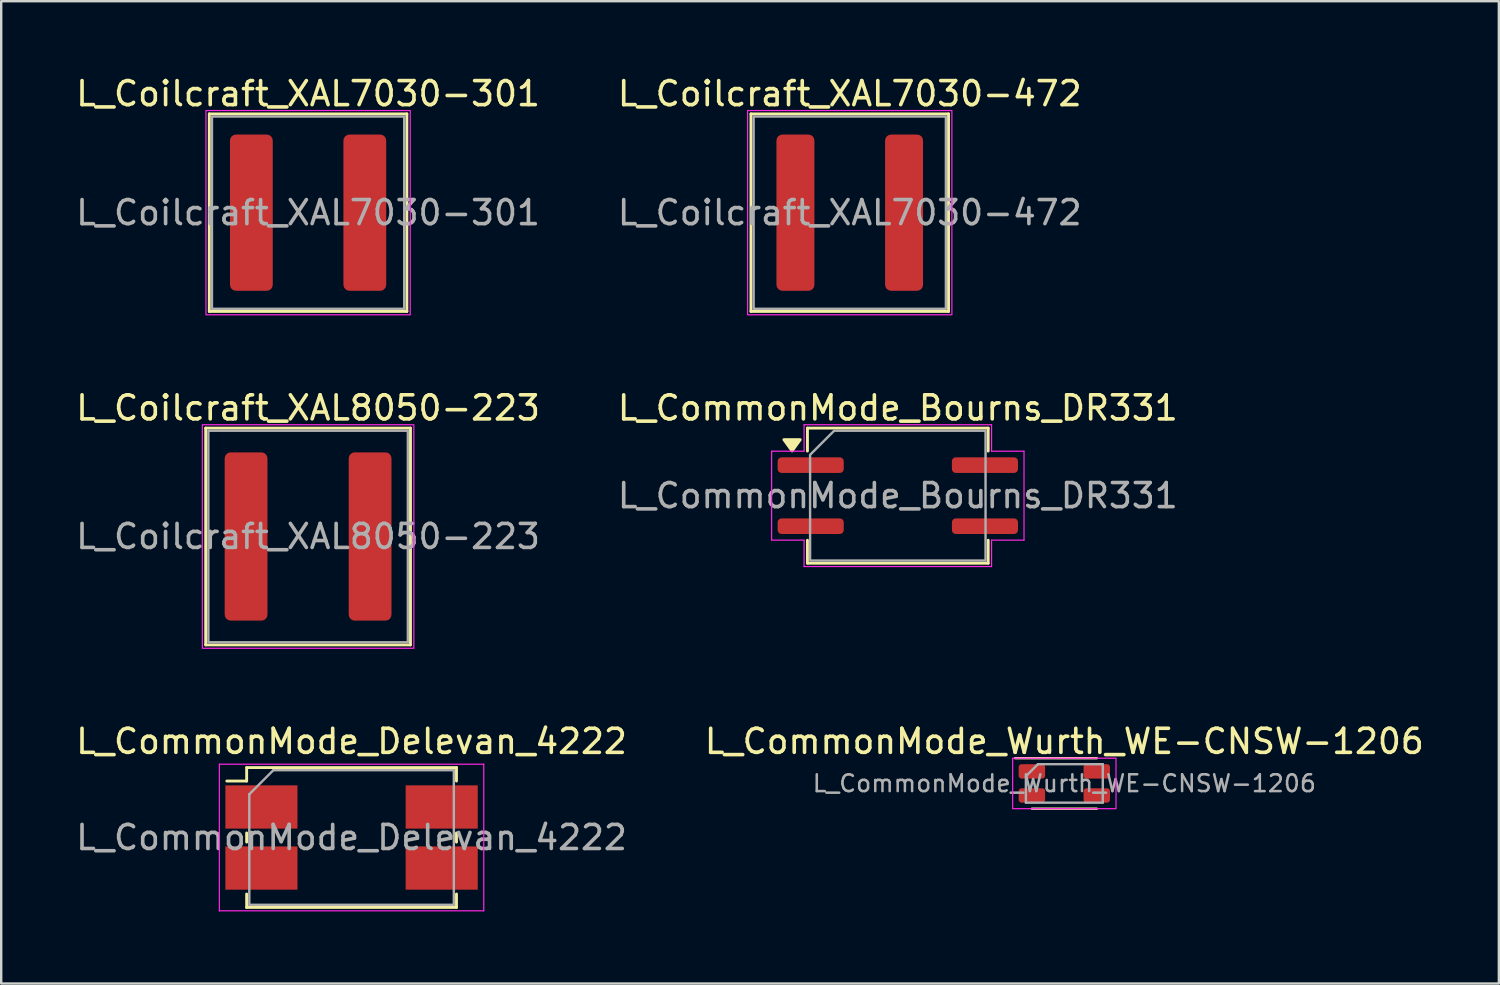
<source format=kicad_pcb>
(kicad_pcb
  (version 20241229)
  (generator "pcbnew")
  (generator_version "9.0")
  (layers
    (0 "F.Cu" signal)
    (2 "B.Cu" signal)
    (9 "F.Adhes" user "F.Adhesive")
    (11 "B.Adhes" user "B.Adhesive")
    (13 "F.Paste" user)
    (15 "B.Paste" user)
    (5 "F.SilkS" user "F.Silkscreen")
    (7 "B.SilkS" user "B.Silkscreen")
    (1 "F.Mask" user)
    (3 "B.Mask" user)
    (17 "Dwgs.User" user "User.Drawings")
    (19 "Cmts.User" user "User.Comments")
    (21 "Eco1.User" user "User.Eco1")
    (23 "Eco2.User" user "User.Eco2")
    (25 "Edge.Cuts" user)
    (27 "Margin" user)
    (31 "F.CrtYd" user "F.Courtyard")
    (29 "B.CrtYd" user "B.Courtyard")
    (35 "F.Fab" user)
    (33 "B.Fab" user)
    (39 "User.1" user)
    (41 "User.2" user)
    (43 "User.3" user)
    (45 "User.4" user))
  (footprint "L_CommonMode_Bourns_DR331"
    (layer "F.Cu")
    (at 34.304 17.572)
    (property "Reference" "L_CommonMode_Bourns_DR331" (at 0 -3.65 0) (layer "F.SilkS") (effects (font (size 1 1) (thickness 0.15))))
    (attr smd)
    (fp_line (start -3.76 -2.81) (end 3.76 -2.81) (stroke (width 0.12) (type solid)) (layer "F.SilkS"))
    (fp_line (start -3.76 -1.855) (end -3.76 -2.81) (stroke (width 0.12) (type solid)) (layer "F.SilkS"))
    (fp_line (start -3.76 2.81) (end -3.76 1.855) (stroke (width 0.12) (type solid)) (layer "F.SilkS"))
    (fp_line (start 3.76 -2.81) (end 3.76 -1.855) (stroke (width 0.12) (type solid)) (layer "F.SilkS"))
    (fp_line (start 3.76 1.855) (end 3.76 2.81) (stroke (width 0.12) (type solid)) (layer "F.SilkS"))
    (fp_line (start 3.76 2.81) (end -3.76 2.81) (stroke (width 0.12) (type solid)) (layer "F.SilkS"))
    (fp_poly (pts (xy -4.4 -1.86) (xy -4.74 -2.33) (xy -4.06 -2.33)) (stroke (width 0.12) (type solid)) (fill yes) (layer "F.SilkS"))
    (fp_line (start -5.25 -1.85) (end -3.9 -1.85) (stroke (width 0.05) (type solid)) (layer "F.CrtYd"))
    (fp_line (start -5.25 1.85) (end -5.25 -1.85) (stroke (width 0.05) (type solid)) (layer "F.CrtYd"))
    (fp_line (start -3.9 -2.95) (end 3.9 -2.95) (stroke (width 0.05) (type solid)) (layer "F.CrtYd"))
    (fp_line (start -3.9 -1.85) (end -3.9 -2.95) (stroke (width 0.05) (type solid)) (layer "F.CrtYd"))
    (fp_line (start -3.9 1.85) (end -5.25 1.85) (stroke (width 0.05) (type solid)) (layer "F.CrtYd"))
    (fp_line (start -3.9 2.95) (end -3.9 1.85) (stroke (width 0.05) (type solid)) (layer "F.CrtYd"))
    (fp_line (start 3.9 -2.95) (end 3.9 -1.85) (stroke (width 0.05) (type solid)) (layer "F.CrtYd"))
    (fp_line (start 3.9 -1.85) (end 5.25 -1.85) (stroke (width 0.05) (type solid)) (layer "F.CrtYd"))
    (fp_line (start 3.9 1.85) (end 3.9 2.95) (stroke (width 0.05) (type solid)) (layer "F.CrtYd"))
    (fp_line (start 3.9 2.95) (end -3.9 2.95) (stroke (width 0.05) (type solid)) (layer "F.CrtYd"))
    (fp_line (start 5.25 -1.85) (end 5.25 1.85) (stroke (width 0.05) (type solid)) (layer "F.CrtYd"))
    (fp_line (start 5.25 1.85) (end 3.9 1.85) (stroke (width 0.05) (type solid)) (layer "F.CrtYd"))
    (fp_poly (pts (xy -3.65 -1.7) (xy -3.65 2.7) (xy 3.65 2.7) (xy 3.65 -2.7) (xy -2.65 -2.7)) (stroke (width 0.1) (type solid)) (fill no) (layer "F.Fab"))
    (fp_text user "${REFERENCE}" (at 0 0 0) (layer "F.Fab") (effects (font (size 1 1) (thickness 0.15))))
    (pad "1" smd roundrect (at -3.625 -1.27) (size 2.75 0.65) (layers "F.Cu" "F.Mask" "F.Paste") (roundrect_rratio 0.25))
    (pad "2" smd roundrect (at -3.625 1.27) (size 2.75 0.65) (layers "F.Cu" "F.Mask" "F.Paste") (roundrect_rratio 0.25))
    (pad "3" smd roundrect (at 3.625 1.27) (size 2.75 0.65) (layers "F.Cu" "F.Mask" "F.Paste") (roundrect_rratio 0.25))
    (pad "4" smd roundrect (at 3.625 -1.27) (size 2.75 0.65) (layers "F.Cu" "F.Mask" "F.Paste") (roundrect_rratio 0.25)))
  (footprint "L_CommonMode_Delevan_4222"
    (layer "F.Cu")
    (at 11.577 31.795)
    (property "Reference" "L_CommonMode_Delevan_4222" (at 0 -4 0) (layer "F.SilkS") (effects (font (size 1 1) (thickness 0.15))))
    (attr smd)
    (fp_line (start -5.19 -2.35) (end -4.365 -2.35) (stroke (width 0.12) (type solid)) (layer "F.SilkS"))
    (fp_line (start -4.365 -2.91) (end -4.365 -2.35) (stroke (width 0.12) (type solid)) (layer "F.SilkS"))
    (fp_line (start -4.365 -2.91) (end 4.365 -2.91) (stroke (width 0.12) (type solid)) (layer "F.SilkS"))
    (fp_line (start -4.365 -0.19) (end -4.365 0.19) (stroke (width 0.12) (type solid)) (layer "F.SilkS"))
    (fp_line (start -4.365 2.91) (end -4.365 2.35) (stroke (width 0.12) (type solid)) (layer "F.SilkS"))
    (fp_line (start 4.365 -2.91) (end 4.365 -2.35) (stroke (width 0.12) (type solid)) (layer "F.SilkS"))
    (fp_line (start 4.365 -0.19) (end 4.365 0.19) (stroke (width 0.12) (type solid)) (layer "F.SilkS"))
    (fp_line (start 4.365 2.91) (end -4.365 2.91) (stroke (width 0.12) (type solid)) (layer "F.SilkS"))
    (fp_line (start 4.365 2.91) (end 4.365 2.35) (stroke (width 0.12) (type solid)) (layer "F.SilkS"))
    (fp_line (start -5.5 -3.05) (end 5.5 -3.05) (stroke (width 0.05) (type solid)) (layer "F.CrtYd"))
    (fp_line (start -5.5 3.05) (end -5.5 -3.05) (stroke (width 0.05) (type solid)) (layer "F.CrtYd"))
    (fp_line (start 5.5 -3.05) (end 5.5 3.05) (stroke (width 0.05) (type solid)) (layer "F.CrtYd"))
    (fp_line (start 5.5 3.05) (end -5.5 3.05) (stroke (width 0.05) (type solid)) (layer "F.CrtYd"))
    (fp_line (start -4.255 -1.8) (end -4.255 2.8) (stroke (width 0.1) (type solid)) (layer "F.Fab"))
    (fp_line (start -4.255 -1.8) (end -3.255 -2.8) (stroke (width 0.1) (type solid)) (layer "F.Fab"))
    (fp_line (start -3.255 -2.8) (end 4.255 -2.8) (stroke (width 0.1) (type solid)) (layer "F.Fab"))
    (fp_line (start 4.255 -2.8) (end 4.255 2.8) (stroke (width 0.1) (type solid)) (layer "F.Fab"))
    (fp_line (start 4.255 2.8) (end -4.255 2.8) (stroke (width 0.1) (type solid)) (layer "F.Fab"))
    (fp_text user "${REFERENCE}" (at 0 0 0) (layer "F.Fab") (effects (font (size 1 1) (thickness 0.15))))
    (pad "1" smd rect (at -3.75 -1.27) (size 3 1.8) (layers "F.Cu" "F.Mask" "F.Paste"))
    (pad "2" smd rect (at -3.75 1.27) (size 3 1.8) (layers "F.Cu" "F.Mask" "F.Paste"))
    (pad "3" smd rect (at 3.75 1.27) (size 3 1.8) (layers "F.Cu" "F.Mask" "F.Paste"))
    (pad "4" smd rect (at 3.75 -1.27) (size 3 1.8) (layers "F.Cu" "F.Mask" "F.Paste")))
  (footprint "L_CommonMode_Wurth_WE-CNSW-1206"
    (layer "F.Cu")
    (at 41.232 29.545)
    (property "Reference" "L_CommonMode_Wurth_WE-CNSW-1206" (at 0 -1.75 0) (unlocked yes) (layer "F.SilkS") (effects (font (size 1 1) (thickness 0.15))))
    (attr smd)
    (fp_line (start -2.05 -1.05) (end 1.35 -1.05) (stroke (width 0.1) (type default)) (layer "F.SilkS"))
    (fp_line (start -1.35 1.05) (end 1.35 1.05) (stroke (width 0.1) (type default)) (layer "F.SilkS"))
    (fp_rect (start -2.15 -1.05) (end 2.15 1.05) (stroke (width 0.05) (type default)) (fill no) (layer "F.CrtYd"))
    (fp_line (start -1.6 -0.3) (end -1.1 -0.8) (stroke (width 0.1) (type default)) (layer "F.Fab"))
    (fp_line (start -1.6 0.8) (end -1.6 -0.3) (stroke (width 0.1) (type default)) (layer "F.Fab"))
    (fp_line (start -1.1 -0.8) (end 1.6 -0.8) (stroke (width 0.1) (type default)) (layer "F.Fab"))
    (fp_line (start 1.6 -0.8) (end 1.6 0.8) (stroke (width 0.1) (type default)) (layer "F.Fab"))
    (fp_line (start 1.6 0.8) (end -1.6 0.8) (stroke (width 0.1) (type default)) (layer "F.Fab"))
    (fp_text user "${REFERENCE}" (at 0 0 0) (unlocked yes) (layer "F.Fab") (effects (font (size 0.7 0.7) (thickness 0.105))))
    (pad "1" smd roundrect (at -1.35 -0.5) (size 1.1 0.6) (layers "F.Cu" "F.Mask" "F.Paste") (roundrect_rratio 0.2))
    (pad "2" smd roundrect (at 1.35 -0.5) (size 1.1 0.6) (layers "F.Cu" "F.Mask" "F.Paste") (roundrect_rratio 0.2))
    (pad "3" smd roundrect (at 1.35 0.5) (size 1.1 0.6) (layers "F.Cu" "F.Mask" "F.Paste") (roundrect_rratio 0.2))
    (pad "4" smd roundrect (at -1.35 0.5) (size 1.1 0.6) (layers "F.Cu" "F.Mask" "F.Paste") (roundrect_rratio 0.2)))
  (footprint "L_Coilcraft_XAL7030-301"
    (layer "F.Cu")
    (at 9.768 5.798)
    (property "Reference" "L_Coilcraft_XAL7030-301" (at 0 -4.95 0) (layer "F.SilkS") (effects (font (size 1 1) (thickness 0.15))))
    (attr smd)
    (fp_line (start -4.11 -4.11) (end 4.11 -4.11) (stroke (width 0.12) (type solid)) (layer "F.SilkS"))
    (fp_line (start -4.11 4.11) (end -4.11 -4.11) (stroke (width 0.12) (type solid)) (layer "F.SilkS"))
    (fp_line (start 4.11 -4.11) (end 4.11 4.11) (stroke (width 0.12) (type solid)) (layer "F.SilkS"))
    (fp_line (start 4.11 4.11) (end -4.11 4.11) (stroke (width 0.12) (type solid)) (layer "F.SilkS"))
    (fp_rect (start -4.25 -4.25) (end 4.25 4.25) (stroke (width 0.05) (type solid)) (fill no) (layer "F.CrtYd"))
    (fp_rect (start -4 -4) (end 4 4) (stroke (width 0.1) (type solid)) (fill no) (layer "F.Fab"))
    (fp_text user "${REFERENCE}" (at 0 0 0) (layer "F.Fab") (effects (font (size 1 1) (thickness 0.15))))
    (pad "1" smd roundrect (at -2.36 0) (size 1.78 6.5) (layers "F.Cu" "F.Mask" "F.Paste") (roundrect_rratio 0.14))
    (pad "2" smd roundrect (at 2.36 0) (size 1.78 6.5) (layers "F.Cu" "F.Mask" "F.Paste") (roundrect_rratio 0.14)))
  (footprint "L_Coilcraft_XAL8050-223"
    (layer "F.Cu")
    (at 9.768 19.271)
    (property "Reference" "L_Coilcraft_XAL8050-223" (at 0 -5.35 0) (layer "F.SilkS") (effects (font (size 1 1) (thickness 0.15))))
    (attr smd)
    (fp_line (start -4.26 -4.51) (end 4.26 -4.51) (stroke (width 0.12) (type solid)) (layer "F.SilkS"))
    (fp_line (start -4.26 4.51) (end -4.26 -4.51) (stroke (width 0.12) (type solid)) (layer "F.SilkS"))
    (fp_line (start 4.26 -4.51) (end 4.26 4.51) (stroke (width 0.12) (type solid)) (layer "F.SilkS"))
    (fp_line (start 4.26 4.51) (end -4.26 4.51) (stroke (width 0.12) (type solid)) (layer "F.SilkS"))
    (fp_rect (start -4.4 -4.65) (end 4.4 4.65) (stroke (width 0.05) (type solid)) (fill no) (layer "F.CrtYd"))
    (fp_rect (start -4.15 -4.4) (end 4.15 4.4) (stroke (width 0.1) (type solid)) (fill no) (layer "F.Fab"))
    (fp_text user "${REFERENCE}" (at 0 0 0) (layer "F.Fab") (effects (font (size 1 1) (thickness 0.15))))
    (pad "1" smd roundrect (at -2.58 0) (size 1.78 7) (layers "F.Cu" "F.Mask" "F.Paste") (roundrect_rratio 0.14))
    (pad "2" smd roundrect (at 2.58 0) (size 1.78 7) (layers "F.Cu" "F.Mask" "F.Paste") (roundrect_rratio 0.14)))
  (footprint "L_Coilcraft_XAL7030-472"
    (layer "F.Cu")
    (at 32.304 5.798)
    (property "Reference" "L_Coilcraft_XAL7030-472" (at 0 -4.95 0) (layer "F.SilkS") (effects (font (size 1 1) (thickness 0.15))))
    (attr smd)
    (fp_line (start -4.11 -4.11) (end 4.11 -4.11) (stroke (width 0.12) (type solid)) (layer "F.SilkS"))
    (fp_line (start -4.11 4.11) (end -4.11 -4.11) (stroke (width 0.12) (type solid)) (layer "F.SilkS"))
    (fp_line (start 4.11 -4.11) (end 4.11 4.11) (stroke (width 0.12) (type solid)) (layer "F.SilkS"))
    (fp_line (start 4.11 4.11) (end -4.11 4.11) (stroke (width 0.12) (type solid)) (layer "F.SilkS"))
    (fp_rect (start -4.25 -4.25) (end 4.25 4.25) (stroke (width 0.05) (type solid)) (fill no) (layer "F.CrtYd"))
    (fp_rect (start -4 -4) (end 4 4) (stroke (width 0.1) (type solid)) (fill no) (layer "F.Fab"))
    (fp_text user "${REFERENCE}" (at 0 0 0) (layer "F.Fab") (effects (font (size 1 1) (thickness 0.15))))
    (pad "1" smd roundrect (at -2.26 0) (size 1.58 6.5) (layers "F.Cu" "F.Mask" "F.Paste") (roundrect_rratio 0.158))
    (pad "2" smd roundrect (at 2.26 0) (size 1.58 6.5) (layers "F.Cu" "F.Mask" "F.Paste") (roundrect_rratio 0.158)))
  (gr_rect
    (start -3 -3)
    (end 59.31 37.87)
    (stroke (width 0.1) (type default))
    (fill no)
    (layer "Edge.Cuts")))
</source>
